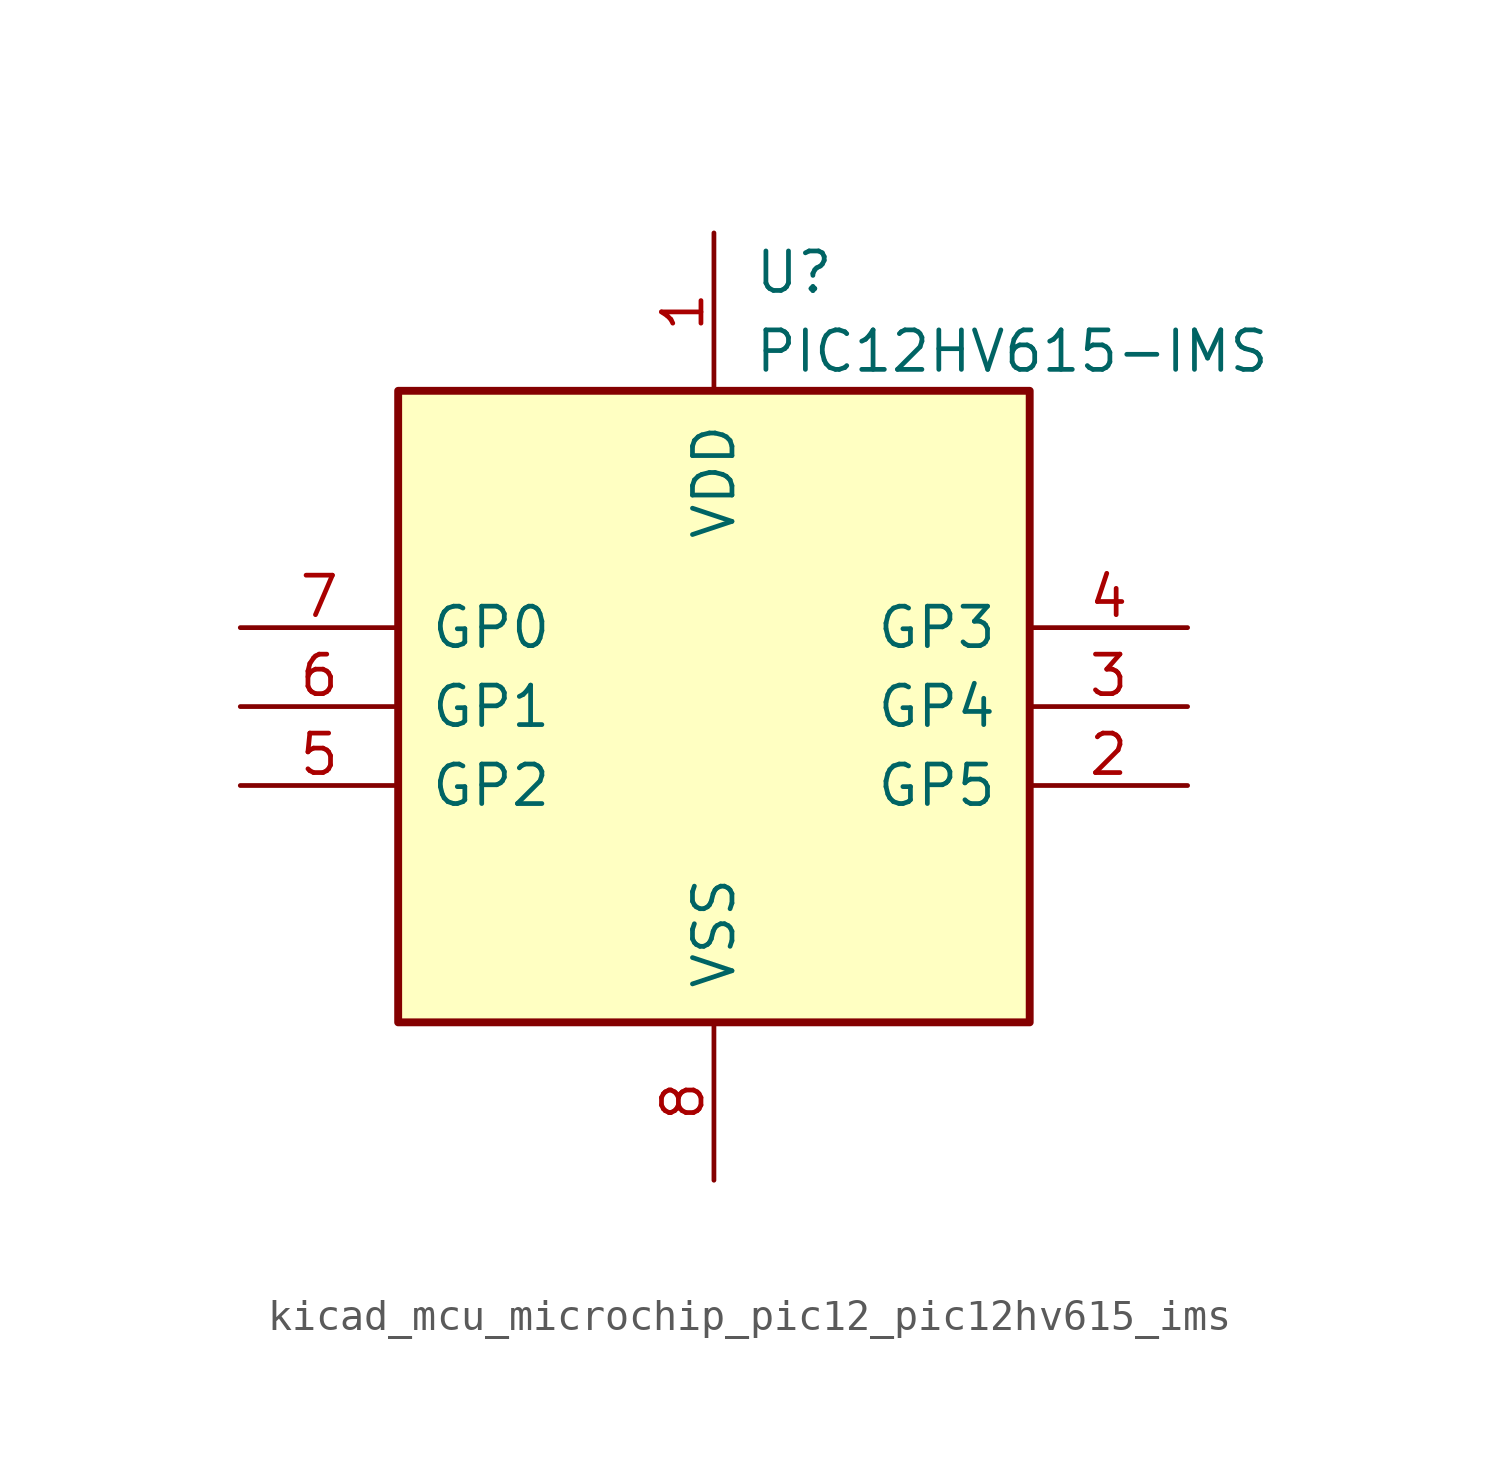
<source format=kicad_sym>
(kicad_symbol_lib
  (version 20220914)
  (generator kicad_symbol_editor)
  (symbol "kicad_mcu_microchip_pic12_pic12hv615_ims"
    (pin_names
      (offset 1.016))
    (property "Reference" "U"
      (at 1.27 13.97 0)
      (effects (font (size 1.27 1.27)) (justify left)))
    (property "Value" "PIC12HV615-IMS"
      (at 1.27 11.43 0)
      (effects (font (size 1.27 1.27)) (justify left)))
    (symbol "kicad_mcu_microchip_pic12_pic12hv615_ims_0_1"
      (rectangle (start 10.16 -10.16) (end -10.16 10.16) (stroke (width 0.254) (type default)) (fill (type background))))
    (symbol "kicad_mcu_microchip_pic12_pic12hv615_ims_1_1"
      (pin power_in line (at 0 15.24 270) (length 5.08) (name "VDD" (effects (font (size 1.27 1.27)))) (number "1" (effects (font (size 1.27 1.27)))))
      (pin bidirectional line (at 15.24 -2.54 180) (length 5.08) (name "GP5" (effects (font (size 1.27 1.27)))) (number "2" (effects (font (size 1.27 1.27)))))
      (pin bidirectional line (at 15.24 0 180) (length 5.08) (name "GP4" (effects (font (size 1.27 1.27)))) (number "3" (effects (font (size 1.27 1.27)))))
      (pin input line (at 15.24 2.54 180) (length 5.08) (name "GP3" (effects (font (size 1.27 1.27)))) (number "4" (effects (font (size 1.27 1.27)))))
      (pin bidirectional line (at -15.24 -2.54 0) (length 5.08) (name "GP2" (effects (font (size 1.27 1.27)))) (number "5" (effects (font (size 1.27 1.27)))))
      (pin bidirectional line (at -15.24 0 0) (length 5.08) (name "GP1" (effects (font (size 1.27 1.27)))) (number "6" (effects (font (size 1.27 1.27)))))
      (pin bidirectional line (at -15.24 2.54 0) (length 5.08) (name "GP0" (effects (font (size 1.27 1.27)))) (number "7" (effects (font (size 1.27 1.27)))))
      (pin power_in line (at 0 -15.24 90) (length 5.08) (name "VSS" (effects (font (size 1.27 1.27)))) (number "8" (effects (font (size 1.27 1.27))))))))
</source>
